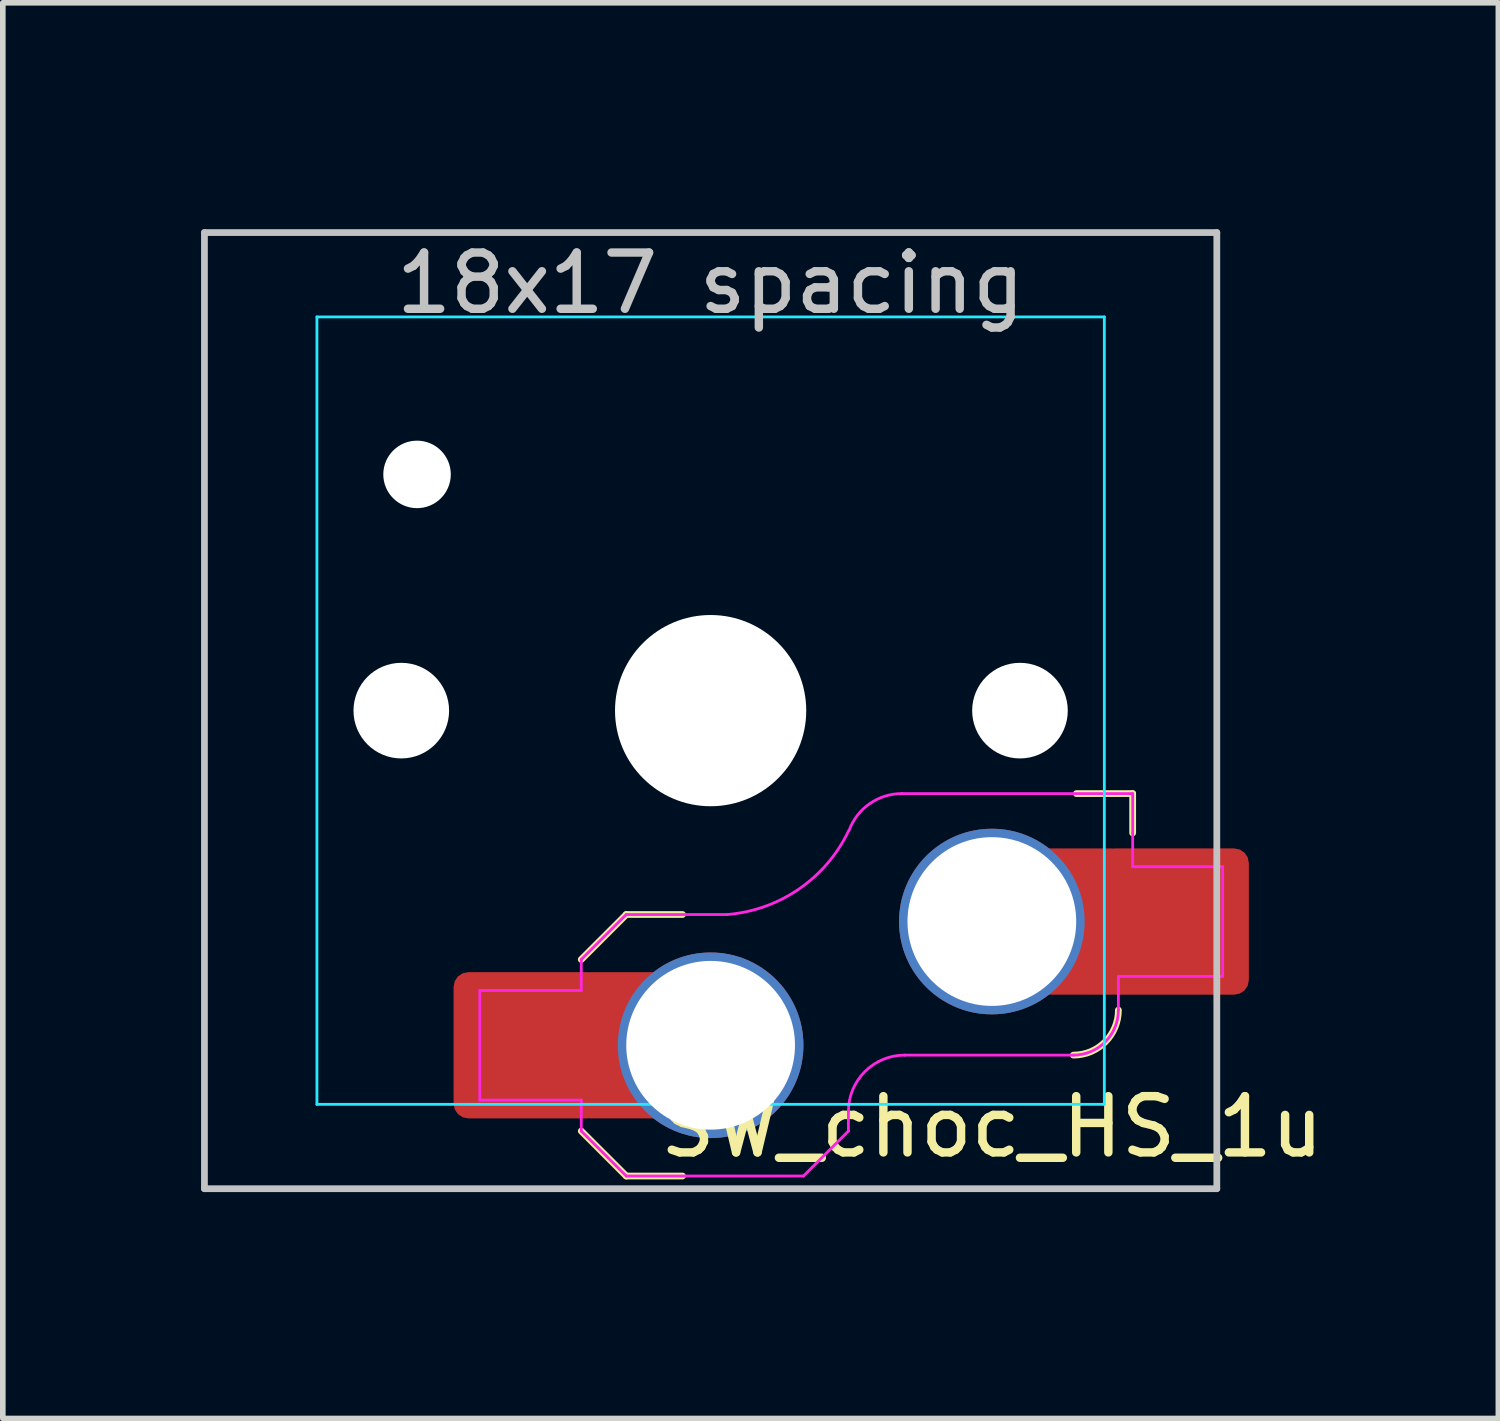
<source format=kicad_pcb>
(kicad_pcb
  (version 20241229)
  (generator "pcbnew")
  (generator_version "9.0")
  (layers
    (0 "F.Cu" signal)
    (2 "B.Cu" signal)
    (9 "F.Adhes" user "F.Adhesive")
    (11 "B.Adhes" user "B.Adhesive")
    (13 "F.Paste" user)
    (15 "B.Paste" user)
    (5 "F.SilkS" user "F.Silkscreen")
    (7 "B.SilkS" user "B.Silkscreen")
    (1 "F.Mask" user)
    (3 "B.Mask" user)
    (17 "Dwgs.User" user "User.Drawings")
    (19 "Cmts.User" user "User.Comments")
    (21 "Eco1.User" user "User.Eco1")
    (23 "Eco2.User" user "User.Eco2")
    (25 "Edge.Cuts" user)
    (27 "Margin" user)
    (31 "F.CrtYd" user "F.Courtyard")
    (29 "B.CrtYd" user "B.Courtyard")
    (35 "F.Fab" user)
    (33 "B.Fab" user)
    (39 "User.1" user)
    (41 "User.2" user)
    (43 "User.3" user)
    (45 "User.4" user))
  (footprint "SW_choc_HS_1u"
    (layer "F.Cu")
    (at 9.585 9.585)
    (property "Reference" "SW_choc_HS_1u" (at 5 7.4 180) (layer "F.SilkS") (effects (font (size 1 1) (thickness 0.15))))
    (attr smd)
    (fp_line (start -2.3 7.475) (end -1.5 8.275) (stroke (width 0.12) (type solid)) (layer "F.SilkS"))
    (fp_line (start -1.5 3.625) (end -2.3 4.425) (stroke (width 0.12) (type solid)) (layer "F.SilkS"))
    (fp_line (start -1.5 3.625) (end -0.5 3.625) (stroke (width 0.12) (type solid)) (layer "F.SilkS"))
    (fp_line (start -1.5 8.275) (end -0.5 8.275) (stroke (width 0.12) (type solid)) (layer "F.SilkS"))
    (fp_line (start 7.504 1.475) (end 6.504 1.475) (stroke (width 0.12) (type solid)) (layer "F.SilkS"))
    (fp_line (start 7.504 1.475) (end 7.504 2.175) (stroke (width 0.12) (type solid)) (layer "F.SilkS"))
    (fp_arc (start 7.25 5.325) (mid 7.015685 5.890685) (end 6.45 6.125) (stroke (width 0.12) (type solid)) (layer "F.SilkS"))
    (fp_line (start -9 -8.5) (end -9 8.5) (stroke (width 0.12) (type solid)) (layer "Dwgs.User"))
    (fp_line (start -9 8.5) (end 9 8.5) (stroke (width 0.12) (type solid)) (layer "Dwgs.User"))
    (fp_line (start 9 -8.5) (end -9 -8.5) (stroke (width 0.12) (type solid)) (layer "Dwgs.User"))
    (fp_line (start 9 8.5) (end 9 -8.5) (stroke (width 0.12) (type solid)) (layer "Dwgs.User"))
    (fp_line (start -9.525 -9.525) (end 9.525 -9.525) (stroke (width 0.12) (type solid)) (layer "Eco1.User"))
    (fp_line (start -9.525 9.525) (end -9.525 -9.525) (stroke (width 0.12) (type solid)) (layer "Eco1.User"))
    (fp_line (start 9.525 -9.525) (end 9.525 9.525) (stroke (width 0.12) (type solid)) (layer "Eco1.User"))
    (fp_line (start 9.525 9.525) (end -9.525 9.525) (stroke (width 0.12) (type solid)) (layer "Eco1.User"))
    (fp_line (start -6.95 -6.45) (end -6.95 6.45) (stroke (width 0.05) (type solid)) (layer "Eco2.User"))
    (fp_line (start -6.45 6.95) (end 6.45 6.95) (stroke (width 0.05) (type solid)) (layer "Eco2.User"))
    (fp_line (start 6.45 -6.95) (end -6.45 -6.95) (stroke (width 0.05) (type solid)) (layer "Eco2.User"))
    (fp_line (start 6.95 6.45) (end 6.95 -6.45) (stroke (width 0.05) (type solid)) (layer "Eco2.User"))
    (fp_arc (start -6.95 -6.45) (mid -6.803553 -6.803553) (end -6.45 -6.95) (stroke (width 0.05) (type solid)) (layer "Eco2.User"))
    (fp_arc (start -6.45 6.95) (mid -6.803553 6.803553) (end -6.95 6.45) (stroke (width 0.05) (type solid)) (layer "Eco2.User"))
    (fp_arc (start 6.45 -6.95) (mid 6.803553 -6.803553) (end 6.95 -6.45) (stroke (width 0.05) (type solid)) (layer "Eco2.User"))
    (fp_arc (start 6.95 6.45) (mid 6.803553 6.803553) (end 6.45 6.95) (stroke (width 0.05) (type solid)) (layer "Eco2.User"))
    (fp_line (start -7 -7) (end -7 7) (stroke (width 0.05) (type solid)) (layer "B.CrtYd"))
    (fp_line (start -7 7) (end 7 7) (stroke (width 0.05) (type solid)) (layer "B.CrtYd"))
    (fp_line (start 7 -7) (end -7 -7) (stroke (width 0.05) (type solid)) (layer "B.CrtYd"))
    (fp_line (start 7 7) (end 7 -7) (stroke (width 0.05) (type solid)) (layer "B.CrtYd"))
    (fp_line (start -4.104 4.975) (end -4.104 6.925) (stroke (width 0.05) (type solid)) (layer "F.CrtYd"))
    (fp_line (start -4.104 4.975) (end -2.3 4.975) (stroke (width 0.05) (type solid)) (layer "F.CrtYd"))
    (fp_line (start -4.104 6.925) (end -2.3 6.925) (stroke (width 0.05) (type solid)) (layer "F.CrtYd"))
    (fp_line (start -2.3 4.975) (end -2.3 4.425) (stroke (width 0.05) (type solid)) (layer "F.CrtYd"))
    (fp_line (start -2.3 7.475) (end -2.3 6.925) (stroke (width 0.05) (type solid)) (layer "F.CrtYd"))
    (fp_line (start -2.3 7.475) (end -1.5 8.275) (stroke (width 0.05) (type solid)) (layer "F.CrtYd"))
    (fp_line (start -1.5 3.625) (end -2.3 4.425) (stroke (width 0.05) (type solid)) (layer "F.CrtYd"))
    (fp_line (start -1.5 3.625) (end 0.3 3.625) (stroke (width 0.05) (type solid)) (layer "F.CrtYd"))
    (fp_line (start -1.5 8.275) (end 1.65 8.275) (stroke (width 0.05) (type solid)) (layer "F.CrtYd"))
    (fp_line (start 2.45 7.475) (end 1.65 8.275) (stroke (width 0.05) (type solid)) (layer "F.CrtYd"))
    (fp_line (start 2.45 7.475) (end 2.45 7.125) (stroke (width 0.05) (type solid)) (layer "F.CrtYd"))
    (fp_line (start 3.45 6.125) (end 6.45 6.125) (stroke (width 0.05) (type solid)) (layer "F.CrtYd"))
    (fp_line (start 7.25 4.725) (end 9.104 4.725) (stroke (width 0.05) (type solid)) (layer "F.CrtYd"))
    (fp_line (start 7.25 5.325) (end 7.25 4.725) (stroke (width 0.05) (type solid)) (layer "F.CrtYd"))
    (fp_line (start 7.504 1.475) (end 3.4 1.475) (stroke (width 0.05) (type solid)) (layer "F.CrtYd"))
    (fp_line (start 7.504 1.475) (end 7.504 2.175) (stroke (width 0.05) (type solid)) (layer "F.CrtYd"))
    (fp_line (start 7.504 2.175) (end 7.504 2.775) (stroke (width 0.05) (type solid)) (layer "F.CrtYd"))
    (fp_line (start 9.104 2.775) (end 7.504 2.775) (stroke (width 0.05) (type solid)) (layer "F.CrtYd"))
    (fp_line (start 9.104 4.725) (end 9.104 2.775) (stroke (width 0.05) (type solid)) (layer "F.CrtYd"))
    (fp_arc (start 2.45 7.125) (mid 2.742893 6.417893) (end 3.45 6.125) (stroke (width 0.05) (type solid)) (layer "F.CrtYd"))
    (fp_arc (start 2.455444 2.13293) (mid 1.577272 3.167235) (end 0.299999 3.624999) (stroke (width 0.05) (type solid)) (layer "F.CrtYd"))
    (fp_arc (start 2.460307 2.13298) (mid 2.826423 1.655848) (end 3.4 1.475) (stroke (width 0.05) (type solid)) (layer "F.CrtYd"))
    (fp_arc (start 7.25 5.325) (mid 7.015685 5.890685) (end 6.45 6.125) (stroke (width 0.05) (type solid)) (layer "F.CrtYd"))
    (fp_text user "18x17 spacing" (at 0 -7.6 180) (layer "Dwgs.User") (effects (font (size 1 1) (thickness 0.15))))
    (fp_text user "19.05 spacing" (at 0 -8.7 180) (layer "Eco1.User") (effects (font (size 1 1) (thickness 0.15))))
    (pad "" np_thru_hole circle (at -5.5 0 180) (size 1.7 1.7) (drill 1.7) (layers "*.Cu" "*.Mask"))
    (pad "" np_thru_hole circle (at -5.22 -4.2 180) (size 1.2 1.2) (drill 1.2) (layers "*.Cu" "*.Mask"))
    (pad "" np_thru_hole circle (at 0 0 180) (size 3.4 3.4) (drill 3.4) (layers "*.Cu" "*.Mask"))
    (pad "" np_thru_hole circle (at 5.5 0 180) (size 1.7 1.7) (drill 1.7) (layers "*.Cu" "*.Mask"))
    (pad "1" thru_hole circle (at 5 3.75) (size 3.3 3.3) (drill 3) (layers "*.Cu" "F.Mask"))
    (pad "1" smd rect (at 6.55 3.75) (size 1.2 2.6) (layers "F.Cu"))
    (pad "1" smd roundrect (at 8.245 3.75) (size 2.65 2.6) (layers "F.Cu" "F.Mask" "F.Paste") (roundrect_rratio 0.1))
    (pad "2" smd roundrect (at -3.245 5.95) (size 2.65 2.6) (layers "F.Cu" "F.Mask" "F.Paste") (roundrect_rratio 0.1))
    (pad "2" smd rect (at -1.55 5.95 180) (size 1.2 2.6) (layers "F.Cu"))
    (pad "2" thru_hole circle (at 0 5.95) (size 3.3 3.3) (drill 3) (layers "*.Cu" "F.Mask")))
  (gr_rect
    (start -3 -3)
    (end 23.591 22.17)
    (stroke (width 0.1) (type default))
    (fill no)
    (layer "Edge.Cuts")))
</source>
